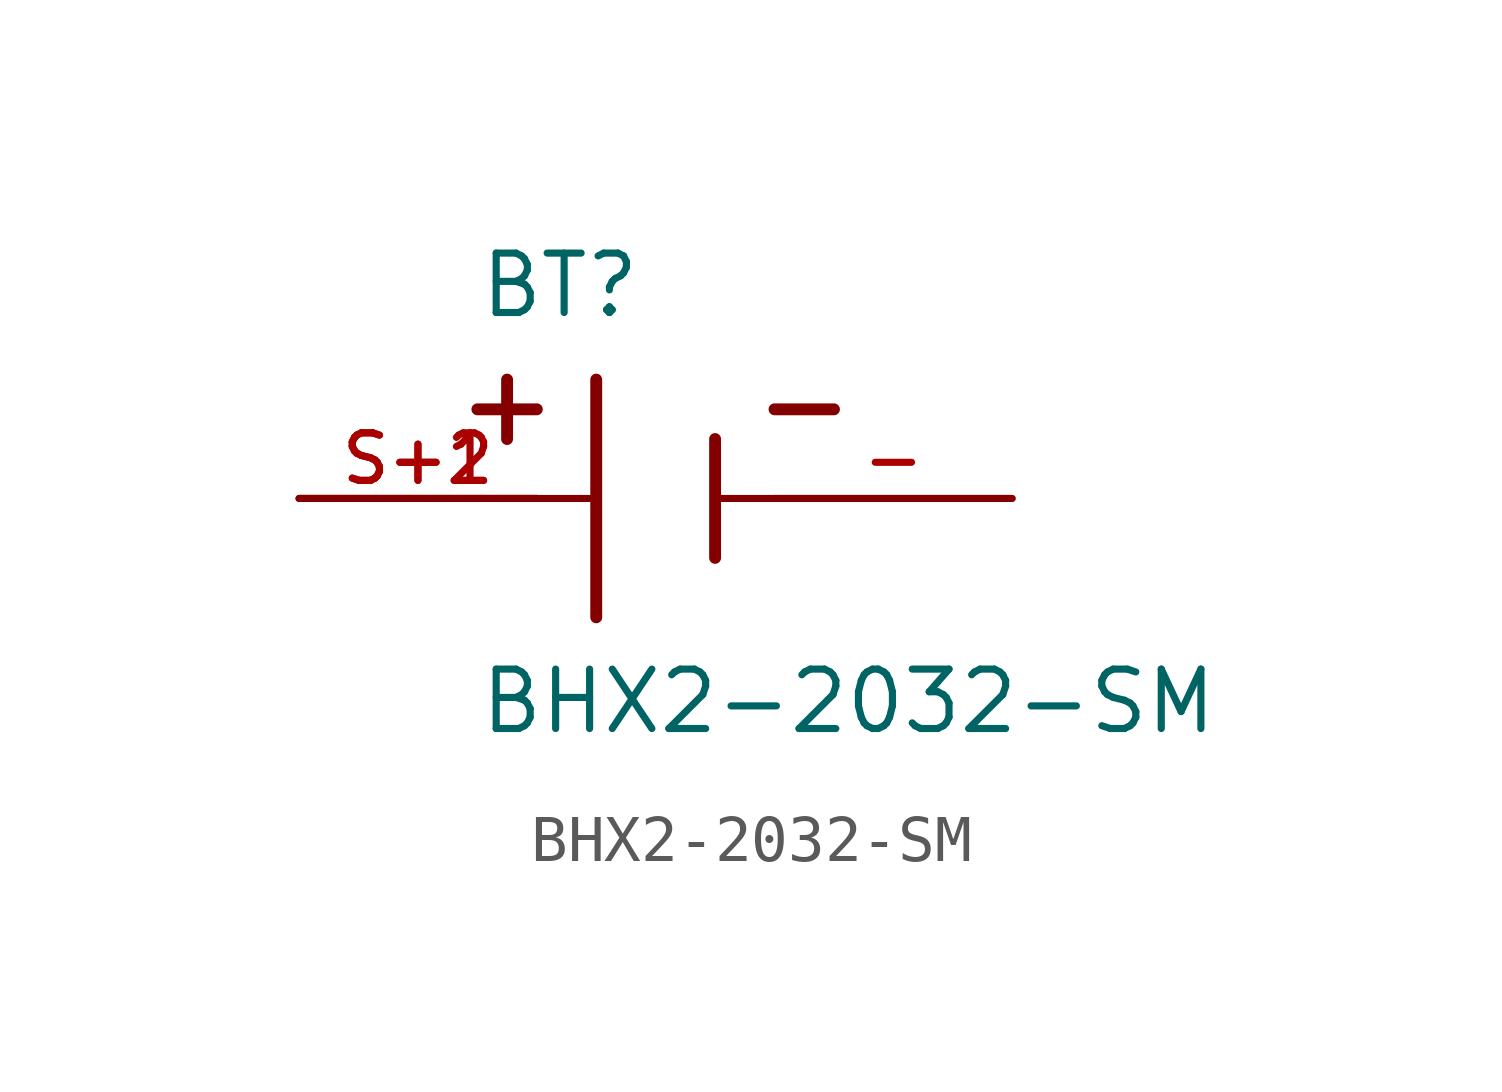
<source format=kicad_sym>
(kicad_symbol_lib
  (version 20211014)
  (generator kicad_symbol_editor)
  (symbol "BHX2-2032-SM"
    (pin_names
      (offset 1.016))
    (property "Reference" "BT"
      (at -3.81 3.81 0)
      (effects (font (size 1.27 1.27)) (justify bottom left)))
    (property "Value" "BHX2-2032-SM"
      (at -3.81 -5.08 0)
      (effects (font (size 1.27 1.27)) (justify bottom left)))
    (symbol "BHX2-2032-SM_0_0"
      (polyline (pts (xy -1.27 2.54) (xy -1.27 -2.54)) (stroke (width 0.254)))
      (polyline (pts (xy 1.27 1.27) (xy 1.27 -1.27)) (stroke (width 0.254)))
      (polyline (pts (xy -1.27 0.0) (xy -2.54 0.0)) (stroke (width 0.152)))
      (polyline (pts (xy 1.27 0.0) (xy 2.54 0.0)) (stroke (width 0.152)))
      (polyline (pts (xy -3.175 2.54) (xy -3.175 1.27)) (stroke (width 0.254)))
      (polyline (pts (xy -3.81 1.905) (xy -2.54 1.905)) (stroke (width 0.254)))
      (polyline (pts (xy 3.81 1.905) (xy 2.54 1.905)) (stroke (width 0.254)))
      (pin passive line (at -7.62 0.0 0) (length 5.08) (name "~" (effects (font (size 1.016 1.016)))) (number "S+1" (effects (font (size 1.016 1.016)))))
      (pin passive line (at 7.62 0.0 180.0) (length 5.08) (name "~" (effects (font (size 1.016 1.016)))) (number "-" (effects (font (size 1.016 1.016)))))
      (pin passive line (at -7.62 0.0 0) (length 5.08) (name "~" (effects (font (size 1.016 1.016)))) (number "S+2" (effects (font (size 1.016 1.016))))))))
</source>
